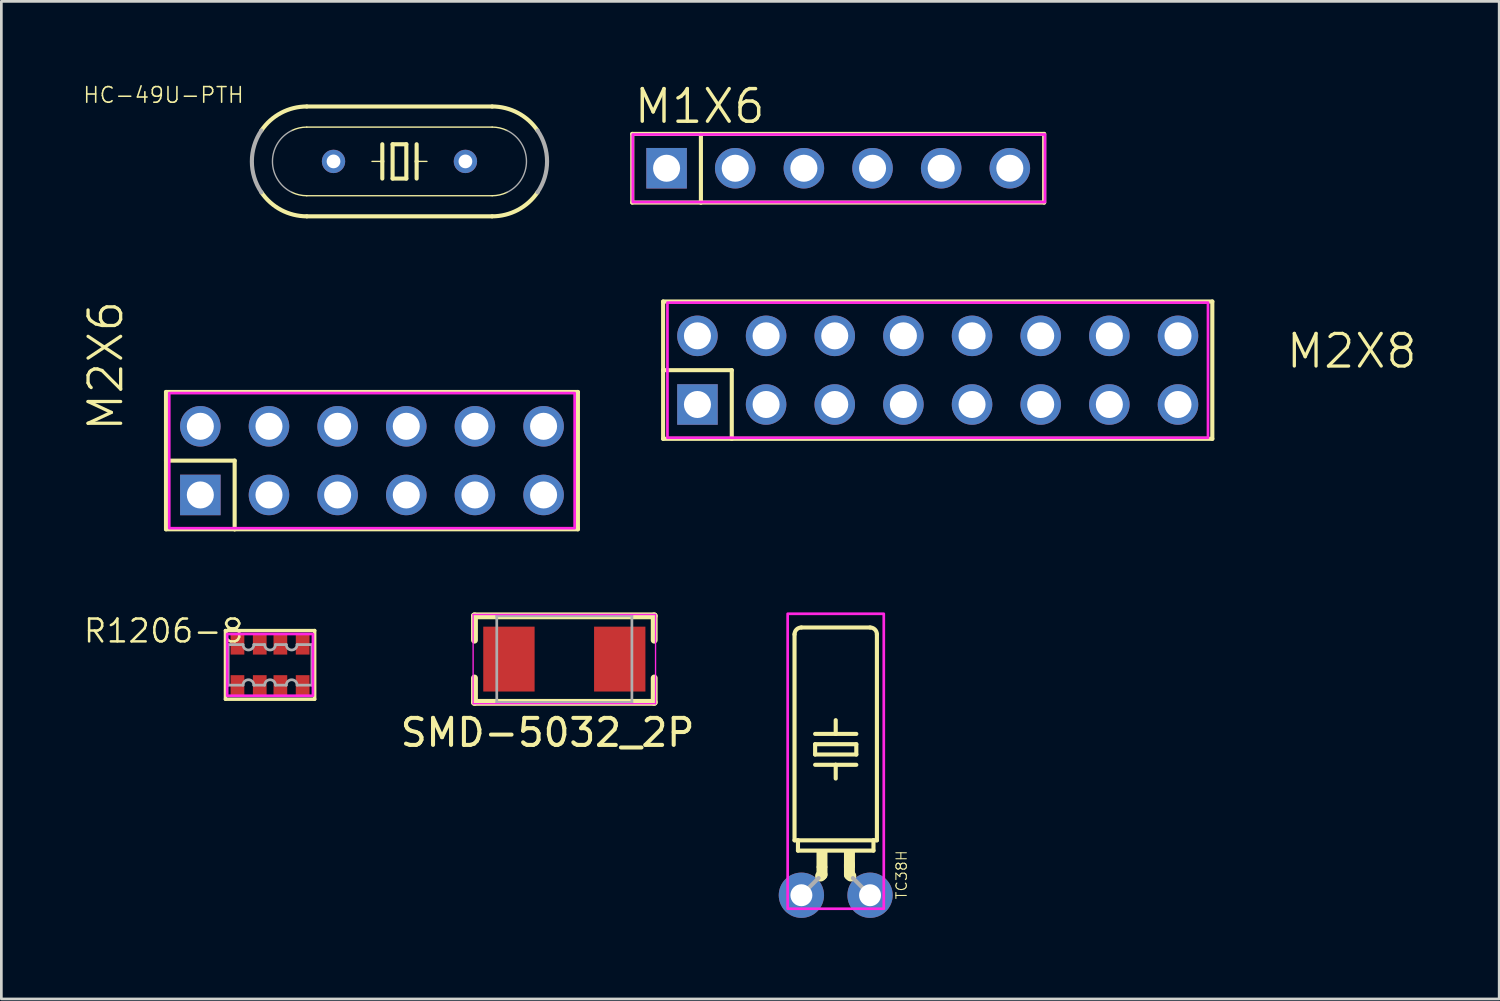
<source format=kicad_pcb>
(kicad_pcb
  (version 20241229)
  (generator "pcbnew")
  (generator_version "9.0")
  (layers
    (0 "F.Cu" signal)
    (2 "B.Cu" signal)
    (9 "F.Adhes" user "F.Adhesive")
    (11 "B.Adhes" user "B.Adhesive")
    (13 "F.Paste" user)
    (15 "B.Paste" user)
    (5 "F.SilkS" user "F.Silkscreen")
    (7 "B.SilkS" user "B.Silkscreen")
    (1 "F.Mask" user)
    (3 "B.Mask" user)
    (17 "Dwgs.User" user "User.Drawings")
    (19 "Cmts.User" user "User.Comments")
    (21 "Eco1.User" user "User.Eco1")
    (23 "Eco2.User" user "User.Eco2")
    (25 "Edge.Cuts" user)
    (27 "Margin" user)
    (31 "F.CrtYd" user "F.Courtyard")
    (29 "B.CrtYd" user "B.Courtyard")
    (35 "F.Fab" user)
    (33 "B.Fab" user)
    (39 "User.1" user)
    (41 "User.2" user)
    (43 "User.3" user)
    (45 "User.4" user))
  (footprint "HC-49U-PTH"
    (layer "F.Cu")
    (at 11.73 2.922)
    (property "Reference" "HC-49U-PTH" (at -5.715 -2.794 0) (layer "F.SilkS") (effects (font (size 0.579 0.579) (thickness 0.058)) (justify right top)))
    (attr through_hole)
    (fp_line (start -3.429 -2.032) (end 3.429 -2.032) (stroke (width 0.152) (type solid)) (layer "F.SilkS"))
    (fp_line (start -3.429 -1.27) (end 3.429 -1.27) (stroke (width 0.051) (type solid)) (layer "F.SilkS"))
    (fp_line (start -0.635 -0.635) (end -0.635 0) (stroke (width 0.152) (type solid)) (layer "F.SilkS"))
    (fp_line (start -0.635 0) (end -1.016 0) (stroke (width 0.051) (type solid)) (layer "F.SilkS"))
    (fp_line (start -0.635 0) (end -0.635 0.635) (stroke (width 0.152) (type solid)) (layer "F.SilkS"))
    (fp_line (start -0.254 -0.635) (end -0.254 0.635) (stroke (width 0.152) (type solid)) (layer "F.SilkS"))
    (fp_line (start -0.254 0.635) (end 0.254 0.635) (stroke (width 0.152) (type solid)) (layer "F.SilkS"))
    (fp_line (start 0.254 -0.635) (end -0.254 -0.635) (stroke (width 0.152) (type solid)) (layer "F.SilkS"))
    (fp_line (start 0.254 0.635) (end 0.254 -0.635) (stroke (width 0.152) (type solid)) (layer "F.SilkS"))
    (fp_line (start 0.635 -0.635) (end 0.635 0) (stroke (width 0.152) (type solid)) (layer "F.SilkS"))
    (fp_line (start 0.635 0) (end 0.635 0.635) (stroke (width 0.152) (type solid)) (layer "F.SilkS"))
    (fp_line (start 0.635 0) (end 1.016 0) (stroke (width 0.051) (type solid)) (layer "F.SilkS"))
    (fp_line (start 3.429 1.27) (end -3.429 1.27) (stroke (width 0.051) (type solid)) (layer "F.SilkS"))
    (fp_line (start 3.429 2.032) (end -3.429 2.032) (stroke (width 0.152) (type solid)) (layer "F.SilkS"))
    (fp_arc (start -5.1091 -1.143) (mid -4.379417 -1.796107) (end -3.429 -2.032101) (stroke (width 0.1524) (type solid)) (layer "F.SilkS"))
    (fp_arc (start -3.9826 -1.143) (mid -3.712991 -1.237845) (end -3.429 -1.27) (stroke (width 0.0508) (type solid)) (layer "F.SilkS"))
    (fp_arc (start -3.429 1.27) (mid -3.712991 1.237845) (end -3.9826 1.143) (stroke (width 0.0508) (type solid)) (layer "F.SilkS"))
    (fp_arc (start -3.429 2.032001) (mid -4.379408 1.796063) (end -5.1091 1.143) (stroke (width 0.1524) (type solid)) (layer "F.SilkS"))
    (fp_arc (start 3.429 -2.032) (mid 4.379408 -1.796062) (end 5.1091 -1.142999) (stroke (width 0.1524) (type solid)) (layer "F.SilkS"))
    (fp_arc (start 3.429 -1.27) (mid 3.712991 -1.237845) (end 3.9826 -1.143) (stroke (width 0.0508) (type solid)) (layer "F.SilkS"))
    (fp_arc (start 3.9826 1.143) (mid 3.712991 1.237845) (end 3.429 1.27) (stroke (width 0.0508) (type solid)) (layer "F.SilkS"))
    (fp_arc (start 5.109 1.142899) (mid 4.379368 1.795994) (end 3.429 2.032) (stroke (width 0.1524) (type solid)) (layer "F.SilkS"))
    (fp_arc (start -5.1091 1.143) (mid -5.46104 0) (end -5.1091 -1.143) (stroke (width 0.1524) (type solid)) (layer "F.Fab"))
    (fp_arc (start -3.9826 1.143) (mid -4.699009 0) (end -3.9826 -1.143) (stroke (width 0.0508) (type solid)) (layer "F.Fab"))
    (fp_arc (start 3.9826 -1.143) (mid 4.699009 0) (end 3.9826 1.143) (stroke (width 0.0508) (type solid)) (layer "F.Fab"))
    (fp_arc (start 5.1091 -1.143) (mid 5.46104 0) (end 5.1091 1.143) (stroke (width 0.1524) (type solid)) (layer "F.Fab"))
    (pad "P1" thru_hole circle (at -2.44 0) (size 0.864 0.864) (drill 0.508) (layers "*.Cu" "*.Mask"))
    (pad "P2" thru_hole circle (at 2.44 0) (size 0.864 0.864) (drill 0.508) (layers "*.Cu" "*.Mask")))
  (footprint "M1X6"
    (layer "F.Cu")
    (at 21.613 3.175)
    (property "Reference" "M1X6" (at -1.27 -1.587 0) (layer "F.SilkS") (effects (font (size 1.206 1.206) (thickness 0.127)) (justify left bottom)))
    (attr through_hole)
    (fp_line (start -1.27 -1.27) (end -1.27 1.27) (stroke (width 0.152) (type solid)) (layer "F.SilkS"))
    (fp_line (start -1.27 1.27) (end 1.27 1.27) (stroke (width 0.152) (type solid)) (layer "F.SilkS"))
    (fp_line (start 1.27 -1.27) (end -1.27 -1.27) (stroke (width 0.152) (type solid)) (layer "F.SilkS"))
    (fp_line (start 1.27 -1.27) (end 1.27 1.27) (stroke (width 0.152) (type solid)) (layer "F.SilkS"))
    (fp_line (start 1.27 1.27) (end 13.97 1.27) (stroke (width 0.152) (type solid)) (layer "F.SilkS"))
    (fp_line (start 13.97 -1.27) (end 1.27 -1.27) (stroke (width 0.152) (type solid)) (layer "F.SilkS"))
    (fp_line (start 13.97 1.27) (end 13.97 -1.27) (stroke (width 0.152) (type solid)) (layer "F.SilkS"))
    (fp_poly (pts (xy 14 1.25) (xy -1.25 1.25) (xy -1.25 -1.25) (xy 14 -1.25)) (stroke (width 0.1) (type solid)) (fill no) (layer "F.CrtYd"))
    (pad "1" thru_hole rect (at 0 0) (size 1.5 1.5) (drill 1) (layers "*.Cu" "*.Mask"))
    (pad "2" thru_hole circle (at 2.54 0) (size 1.5 1.5) (drill 1) (layers "*.Cu" "*.Mask"))
    (pad "3" thru_hole circle (at 5.08 0) (size 1.5 1.5) (drill 1) (layers "*.Cu" "*.Mask"))
    (pad "4" thru_hole circle (at 7.62 0) (size 1.5 1.5) (drill 1) (layers "*.Cu" "*.Mask"))
    (pad "5" thru_hole circle (at 10.16 0) (size 1.5 1.5) (drill 1) (layers "*.Cu" "*.Mask"))
    (pad "6" thru_hole circle (at 12.7 0) (size 1.5 1.5) (drill 1) (layers "*.Cu" "*.Mask")))
  (footprint "M2X8"
    (layer "F.Cu")
    (at 31.645 10.646)
    (property "Reference" "M2X8" (at 12.827 0 0) (layer "F.SilkS") (effects (font (size 1.206 1.206) (thickness 0.121)) (justify left bottom)))
    (attr through_hole)
    (fp_line (start -10.16 -2.54) (end -10.16 0) (stroke (width 0.152) (type solid)) (layer "F.SilkS"))
    (fp_line (start -10.16 0) (end -10.16 2.54) (stroke (width 0.152) (type solid)) (layer "F.SilkS"))
    (fp_line (start -10.16 0) (end -7.62 0) (stroke (width 0.152) (type solid)) (layer "F.SilkS"))
    (fp_line (start -10.16 2.54) (end -7.62 2.54) (stroke (width 0.152) (type solid)) (layer "F.SilkS"))
    (fp_line (start -7.62 0) (end -7.62 2.54) (stroke (width 0.152) (type solid)) (layer "F.SilkS"))
    (fp_line (start -7.62 2.54) (end 10.16 2.54) (stroke (width 0.152) (type solid)) (layer "F.SilkS"))
    (fp_line (start 10.16 -2.54) (end -10.16 -2.54) (stroke (width 0.152) (type solid)) (layer "F.SilkS"))
    (fp_line (start 10.16 2.54) (end 10.16 -2.54) (stroke (width 0.152) (type solid)) (layer "F.SilkS"))
    (fp_poly (pts (xy 10 2.5) (xy -10 2.5) (xy -10 -2.5) (xy 10 -2.5)) (stroke (width 0.1) (type solid)) (fill no) (layer "F.CrtYd"))
    (pad "1" thru_hole rect (at -8.89 1.27) (size 1.5 1.5) (drill 1) (layers "*.Cu" "*.Mask"))
    (pad "2" thru_hole circle (at -8.89 -1.27) (size 1.5 1.5) (drill 1) (layers "*.Cu" "*.Mask"))
    (pad "3" thru_hole circle (at -6.35 1.27) (size 1.5 1.5) (drill 1) (layers "*.Cu" "*.Mask"))
    (pad "4" thru_hole circle (at -6.35 -1.27) (size 1.5 1.5) (drill 1) (layers "*.Cu" "*.Mask"))
    (pad "5" thru_hole circle (at -3.81 1.27) (size 1.5 1.5) (drill 1) (layers "*.Cu" "*.Mask"))
    (pad "6" thru_hole circle (at -3.81 -1.27) (size 1.5 1.5) (drill 1) (layers "*.Cu" "*.Mask"))
    (pad "7" thru_hole circle (at -1.27 1.27) (size 1.5 1.5) (drill 1) (layers "*.Cu" "*.Mask"))
    (pad "8" thru_hole circle (at -1.27 -1.27) (size 1.5 1.5) (drill 1) (layers "*.Cu" "*.Mask"))
    (pad "9" thru_hole circle (at 1.27 1.27) (size 1.5 1.5) (drill 1) (layers "*.Cu" "*.Mask"))
    (pad "10" thru_hole circle (at 1.27 -1.27) (size 1.5 1.5) (drill 1) (layers "*.Cu" "*.Mask"))
    (pad "11" thru_hole circle (at 3.81 1.27) (size 1.5 1.5) (drill 1) (layers "*.Cu" "*.Mask"))
    (pad "12" thru_hole circle (at 3.81 -1.27) (size 1.5 1.5) (drill 1) (layers "*.Cu" "*.Mask"))
    (pad "13" thru_hole circle (at 6.35 1.27) (size 1.5 1.5) (drill 1) (layers "*.Cu" "*.Mask"))
    (pad "14" thru_hole circle (at 6.35 -1.27) (size 1.5 1.5) (drill 1) (layers "*.Cu" "*.Mask"))
    (pad "15" thru_hole circle (at 8.89 1.27) (size 1.5 1.5) (drill 1) (layers "*.Cu" "*.Mask"))
    (pad "16" thru_hole circle (at 8.89 -1.27) (size 1.5 1.5) (drill 1) (layers "*.Cu" "*.Mask")))
  (footprint "R1206-8"
    (layer "F.Cu")
    (at 6.942 21.55)
    (property "Reference" "R1206-8" (at -0.92 -1.75 0) (layer "F.SilkS") (effects (font (size 0.845 0.845) (thickness 0.093)) (justify right top)))
    (attr smd)
    (fp_line (start -1.651 -1.27) (end 1.651 -1.27) (stroke (width 0.127) (type solid)) (layer "F.SilkS"))
    (fp_line (start -1.651 1.27) (end -1.651 -1.27) (stroke (width 0.127) (type solid)) (layer "F.SilkS"))
    (fp_line (start 1.651 -1.27) (end 1.651 1.27) (stroke (width 0.127) (type solid)) (layer "F.SilkS"))
    (fp_line (start 1.651 1.27) (end -1.651 1.27) (stroke (width 0.127) (type solid)) (layer "F.SilkS"))
    (fp_poly (pts (xy -1.587 1.143) (xy 1.587 1.143) (xy 1.587 -1.143) (xy -1.587 -1.143)) (stroke (width 0.1) (type solid)) (fill no) (layer "F.CrtYd"))
    (fp_line (start -1.55 -0.75) (end -1 -0.75) (stroke (width 0.102) (type solid)) (layer "F.Fab"))
    (fp_line (start -1.55 0.75) (end -1.55 -0.75) (stroke (width 0.102) (type solid)) (layer "F.Fab"))
    (fp_line (start -1 0.75) (end -1.55 0.75) (stroke (width 0.102) (type solid)) (layer "F.Fab"))
    (fp_line (start -0.6 -0.75) (end -0.2 -0.75) (stroke (width 0.102) (type solid)) (layer "F.Fab"))
    (fp_line (start -0.2 0.75) (end -0.6 0.75) (stroke (width 0.102) (type solid)) (layer "F.Fab"))
    (fp_line (start 0.2 -0.75) (end 0.6 -0.75) (stroke (width 0.102) (type solid)) (layer "F.Fab"))
    (fp_line (start 0.6 0.75) (end 0.2 0.75) (stroke (width 0.102) (type solid)) (layer "F.Fab"))
    (fp_line (start 1 -0.75) (end 1.55 -0.75) (stroke (width 0.102) (type solid)) (layer "F.Fab"))
    (fp_line (start 1.55 -0.75) (end 1.55 0.75) (stroke (width 0.102) (type solid)) (layer "F.Fab"))
    (fp_line (start 1.55 0.75) (end 1 0.75) (stroke (width 0.102) (type solid)) (layer "F.Fab"))
    (fp_arc (start -1 0.75) (mid -0.8 0.55) (end -0.6 0.75) (stroke (width 0.1016) (type solid)) (layer "F.Fab"))
    (fp_arc (start -0.6 -0.75) (mid -0.8 -0.55) (end -1 -0.75) (stroke (width 0.1016) (type solid)) (layer "F.Fab"))
    (fp_arc (start -0.2 0.75) (mid 0 0.55) (end 0.2 0.75) (stroke (width 0.1016) (type solid)) (layer "F.Fab"))
    (fp_arc (start 0.2 -0.75) (mid 0 -0.55) (end -0.2 -0.75) (stroke (width 0.1016) (type solid)) (layer "F.Fab"))
    (fp_arc (start 0.6 0.75) (mid 0.8 0.55) (end 1 0.75) (stroke (width 0.1016) (type solid)) (layer "F.Fab"))
    (fp_arc (start 1 -0.75) (mid 0.8 -0.55) (end 0.6 -0.75) (stroke (width 0.1016) (type solid)) (layer "F.Fab"))
    (pad "1" smd rect (at -1.206 0.762) (size 0.508 0.762) (layers "F.Cu" "F.Mask" "F.Paste"))
    (pad "2" smd rect (at -0.381 0.762) (size 0.508 0.762) (layers "F.Cu" "F.Mask" "F.Paste"))
    (pad "3" smd rect (at 0.381 0.762) (size 0.508 0.762) (layers "F.Cu" "F.Mask" "F.Paste"))
    (pad "4" smd rect (at 1.206 0.762) (size 0.508 0.762) (layers "F.Cu" "F.Mask" "F.Paste"))
    (pad "5" smd rect (at 1.206 -0.762) (size 0.508 0.762) (layers "F.Cu" "F.Mask" "F.Paste"))
    (pad "6" smd rect (at 0.381 -0.762) (size 0.508 0.762) (layers "F.Cu" "F.Mask" "F.Paste"))
    (pad "7" smd rect (at -0.381 -0.762) (size 0.508 0.762) (layers "F.Cu" "F.Mask" "F.Paste"))
    (pad "8" smd rect (at -1.206 -0.762) (size 0.508 0.762) (layers "F.Cu" "F.Mask" "F.Paste")))
  (footprint "TC38H"
    (layer "F.Cu")
    (at 27.871 30.073)
    (property "Reference" "TC38H" (at 2.21 -1.689 90) (layer "F.SilkS") (effects (font (size 0.386 0.386) (thickness 0.039)) (justify right top)))
    (attr through_hole)
    (fp_line (start -1.524 -2.032) (end -1.524 -9.652) (stroke (width 0.152) (type solid)) (layer "F.SilkS"))
    (fp_line (start -1.524 -2.032) (end -1.397 -2.032) (stroke (width 0.152) (type solid)) (layer "F.SilkS"))
    (fp_line (start -1.397 -1.651) (end -1.397 -2.032) (stroke (width 0.152) (type solid)) (layer "F.SilkS"))
    (fp_line (start -1.397 -1.651) (end 1.397 -1.651) (stroke (width 0.152) (type solid)) (layer "F.SilkS"))
    (fp_line (start -1.27 -9.906) (end 1.27 -9.906) (stroke (width 0.152) (type solid)) (layer "F.SilkS"))
    (fp_line (start -0.762 -5.969) (end 0 -5.969) (stroke (width 0.152) (type solid)) (layer "F.SilkS"))
    (fp_line (start -0.762 -5.588) (end -0.762 -5.207) (stroke (width 0.152) (type solid)) (layer "F.SilkS"))
    (fp_line (start -0.762 -5.588) (end 0.762 -5.588) (stroke (width 0.152) (type solid)) (layer "F.SilkS"))
    (fp_line (start -0.762 -4.826) (end 0 -4.826) (stroke (width 0.152) (type solid)) (layer "F.SilkS"))
    (fp_line (start -0.559 -0.711) (end -0.508 -0.762) (stroke (width 0.406) (type solid)) (layer "F.SilkS"))
    (fp_line (start -0.508 -0.762) (end -0.508 -1.016) (stroke (width 0.406) (type solid)) (layer "F.SilkS"))
    (fp_line (start 0 -5.969) (end 0 -6.477) (stroke (width 0.152) (type solid)) (layer "F.SilkS"))
    (fp_line (start 0 -5.969) (end 0.762 -5.969) (stroke (width 0.152) (type solid)) (layer "F.SilkS"))
    (fp_line (start 0 -4.826) (end 0 -4.318) (stroke (width 0.152) (type solid)) (layer "F.SilkS"))
    (fp_line (start 0 -4.826) (end 0.762 -4.826) (stroke (width 0.152) (type solid)) (layer "F.SilkS"))
    (fp_line (start 0.508 -0.762) (end 0.508 -1.143) (stroke (width 0.406) (type solid)) (layer "F.SilkS"))
    (fp_line (start 0.559 -0.711) (end 0.508 -0.762) (stroke (width 0.406) (type solid)) (layer "F.SilkS"))
    (fp_line (start 0.762 -5.207) (end -0.762 -5.207) (stroke (width 0.152) (type solid)) (layer "F.SilkS"))
    (fp_line (start 0.762 -5.207) (end 0.762 -5.588) (stroke (width 0.152) (type solid)) (layer "F.SilkS"))
    (fp_line (start 1.397 -2.032) (end -1.397 -2.032) (stroke (width 0.152) (type solid)) (layer "F.SilkS"))
    (fp_line (start 1.397 -1.651) (end 1.397 -2.032) (stroke (width 0.152) (type solid)) (layer "F.SilkS"))
    (fp_line (start 1.524 -2.032) (end 1.397 -2.032) (stroke (width 0.152) (type solid)) (layer "F.SilkS"))
    (fp_line (start 1.524 -2.032) (end 1.524 -9.652) (stroke (width 0.152) (type solid)) (layer "F.SilkS"))
    (fp_arc (start -1.524 -9.652) (mid -1.449605 -9.831605) (end -1.27 -9.906) (stroke (width 0.1524) (type solid)) (layer "F.SilkS"))
    (fp_arc (start 1.27 -9.906) (mid 1.449605 -9.831605) (end 1.524 -9.652) (stroke (width 0.1524) (type solid)) (layer "F.SilkS"))
    (fp_poly (pts (xy -0.711 -1.016) (xy -0.305 -1.016) (xy -0.305 -1.6) (xy -0.711 -1.6)) (stroke (width 0) (type solid)) (fill yes) (layer "F.SilkS"))
    (fp_poly (pts (xy 0.305 -1.016) (xy 0.711 -1.016) (xy 0.711 -1.6) (xy 0.305 -1.6)) (stroke (width 0) (type solid)) (fill yes) (layer "F.SilkS"))
    (fp_poly (pts (xy -1.778 0.5) (xy 1.778 0.5) (xy 1.778 -10.414) (xy -1.778 -10.414)) (stroke (width 0.1) (type solid)) (fill no) (layer "F.CrtYd"))
    (fp_line (start -0.635 -0.635) (end -1.27 0) (stroke (width 0.152) (type solid)) (layer "F.Fab"))
    (fp_line (start 0.635 -0.635) (end 1.27 0) (stroke (width 0.152) (type solid)) (layer "F.Fab"))
    (pad "1" thru_hole circle (at -1.27 0) (size 1.676 1.676) (drill 0.813) (layers "*.Cu" "*.Mask"))
    (pad "2" thru_hole circle (at 1.27 0) (size 1.676 1.676) (drill 0.813) (layers "*.Cu" "*.Mask")))
  (footprint "SMD-5032_2P"
    (layer "F.Cu")
    (at 17.83 21.336)
    (property "Reference" "SMD-5032_2P" (at -0.62 2.72 180) (layer "F.SilkS") (effects (font (size 1 1) (thickness 0.15))))
    (attr smd)
    (fp_line (start -3.325 -1.6) (end 3.325 -1.6) (stroke (width 0.254) (type solid)) (layer "F.SilkS"))
    (fp_line (start -3.325 -0.7) (end -3.325 -1.6) (stroke (width 0.254) (type solid)) (layer "F.SilkS"))
    (fp_line (start -3.325 1.6) (end -3.325 0.7) (stroke (width 0.254) (type solid)) (layer "F.SilkS"))
    (fp_line (start -3.325 1.6) (end 3.325 1.6) (stroke (width 0.254) (type solid)) (layer "F.SilkS"))
    (fp_line (start 3.325 -0.7) (end 3.325 -1.6) (stroke (width 0.254) (type solid)) (layer "F.SilkS"))
    (fp_line (start 3.325 1.6) (end 3.325 0.7) (stroke (width 0.254) (type solid)) (layer "F.SilkS"))
    (fp_line (start -3.375 -1.65) (end 3.375 -1.65) (stroke (width 0.05) (type solid)) (layer "F.CrtYd"))
    (fp_line (start -3.375 1.65) (end -3.375 -1.65) (stroke (width 0.05) (type solid)) (layer "F.CrtYd"))
    (fp_line (start 3.375 -1.65) (end 3.375 1.65) (stroke (width 0.05) (type solid)) (layer "F.CrtYd"))
    (fp_line (start 3.375 1.65) (end -3.375 1.65) (stroke (width 0.05) (type solid)) (layer "F.CrtYd"))
    (fp_line (start -2.5 -1.6) (end 2.5 -1.6) (stroke (width 0.1) (type solid)) (layer "F.Fab"))
    (fp_line (start -2.5 1.6) (end -2.5 -1.6) (stroke (width 0.1) (type solid)) (layer "F.Fab"))
    (fp_line (start -2.5 1.6) (end 2.5 1.6) (stroke (width 0.1) (type solid)) (layer "F.Fab"))
    (fp_line (start 2.5 1.6) (end 2.5 -1.6) (stroke (width 0.1) (type solid)) (layer "F.Fab"))
    (pad "1" smd rect (at -2.05 0 90) (size 2.4 1.9) (layers "F.Cu" "F.Mask" "F.Paste"))
    (pad "2" smd rect (at 2.05 0 90) (size 2.4 1.9) (layers "F.Cu" "F.Mask" "F.Paste")))
  (footprint "M2X6"
    (layer "F.Cu")
    (at 10.712 13.993)
    (property "Reference" "M2X6" (at -9.144 -1.016 270) (layer "F.SilkS") (effects (font (size 1.206 1.206) (thickness 0.121)) (justify left bottom)))
    (attr through_hole)
    (fp_line (start -7.62 -2.54) (end 7.62 -2.54) (stroke (width 0.152) (type solid)) (layer "F.SilkS"))
    (fp_line (start -7.62 0) (end -7.62 -2.54) (stroke (width 0.152) (type solid)) (layer "F.SilkS"))
    (fp_line (start -7.62 2.54) (end -7.62 0) (stroke (width 0.152) (type solid)) (layer "F.SilkS"))
    (fp_line (start -5.08 0) (end -7.62 0) (stroke (width 0.152) (type solid)) (layer "F.SilkS"))
    (fp_line (start -5.08 2.54) (end -7.62 2.54) (stroke (width 0.152) (type solid)) (layer "F.SilkS"))
    (fp_line (start -5.08 2.54) (end -5.08 0) (stroke (width 0.152) (type solid)) (layer "F.SilkS"))
    (fp_line (start 7.62 -2.54) (end 7.62 2.54) (stroke (width 0.152) (type solid)) (layer "F.SilkS"))
    (fp_line (start 7.62 2.54) (end -5.08 2.54) (stroke (width 0.152) (type solid)) (layer "F.SilkS"))
    (fp_poly (pts (xy 7.5 2.5) (xy -7.5 2.5) (xy -7.5 -2.5) (xy 7.5 -2.5)) (stroke (width 0.1) (type solid)) (fill no) (layer "F.CrtYd"))
    (pad "1" thru_hole rect (at -6.35 1.27) (size 1.5 1.5) (drill 1) (layers "*.Cu" "*.Mask"))
    (pad "2" thru_hole circle (at -6.35 -1.27) (size 1.5 1.5) (drill 1) (layers "*.Cu" "*.Mask"))
    (pad "3" thru_hole circle (at -3.81 1.27) (size 1.5 1.5) (drill 1) (layers "*.Cu" "*.Mask"))
    (pad "4" thru_hole circle (at -3.81 -1.27) (size 1.5 1.5) (drill 1) (layers "*.Cu" "*.Mask"))
    (pad "5" thru_hole circle (at -1.27 1.27) (size 1.5 1.5) (drill 1) (layers "*.Cu" "*.Mask"))
    (pad "6" thru_hole circle (at -1.27 -1.27) (size 1.5 1.5) (drill 1) (layers "*.Cu" "*.Mask"))
    (pad "7" thru_hole circle (at 1.27 1.27) (size 1.5 1.5) (drill 1) (layers "*.Cu" "*.Mask"))
    (pad "8" thru_hole circle (at 1.27 -1.27) (size 1.5 1.5) (drill 1) (layers "*.Cu" "*.Mask"))
    (pad "9" thru_hole circle (at 3.81 1.27) (size 1.5 1.5) (drill 1) (layers "*.Cu" "*.Mask"))
    (pad "10" thru_hole circle (at 3.81 -1.27) (size 1.5 1.5) (drill 1) (layers "*.Cu" "*.Mask"))
    (pad "11" thru_hole circle (at 6.35 1.27) (size 1.5 1.5) (drill 1) (layers "*.Cu" "*.Mask"))
    (pad "12" thru_hole circle (at 6.35 -1.27) (size 1.5 1.5) (drill 1) (layers "*.Cu" "*.Mask")))
  (gr_rect
    (start -3 -3)
    (end 52.419 33.911)
    (stroke (width 0.1) (type default))
    (fill no)
    (layer "Edge.Cuts")))
</source>
